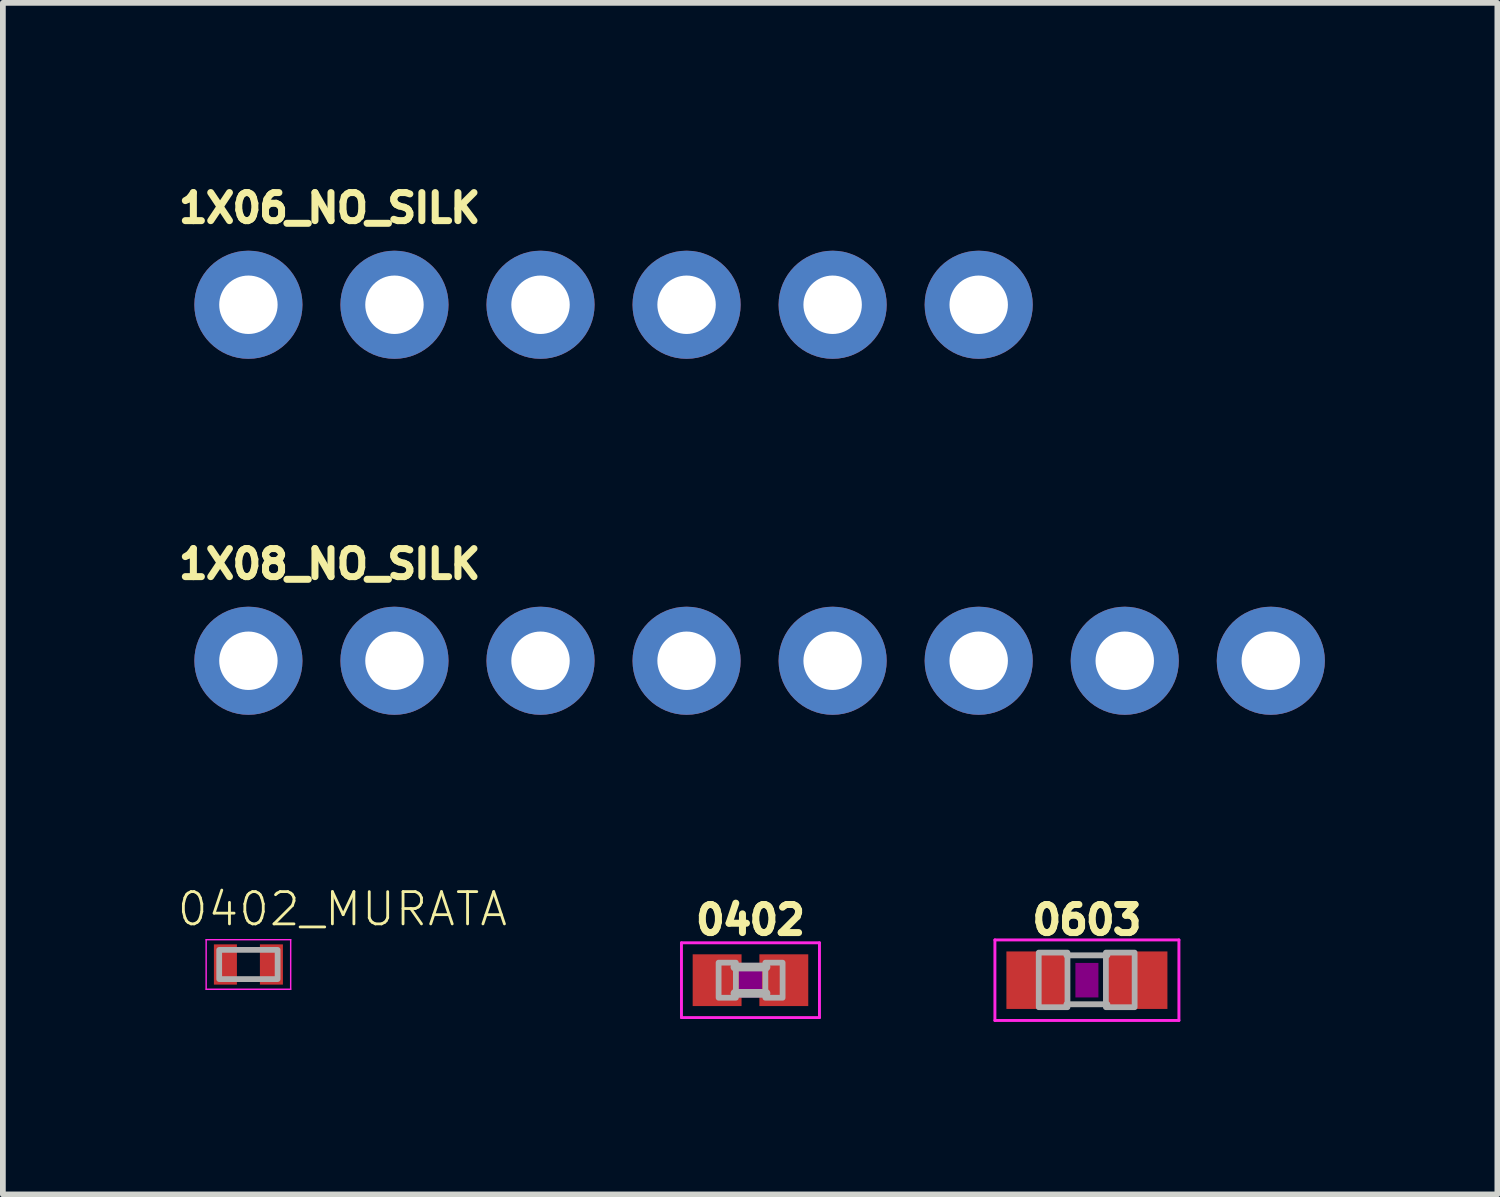
<source format=kicad_pcb>
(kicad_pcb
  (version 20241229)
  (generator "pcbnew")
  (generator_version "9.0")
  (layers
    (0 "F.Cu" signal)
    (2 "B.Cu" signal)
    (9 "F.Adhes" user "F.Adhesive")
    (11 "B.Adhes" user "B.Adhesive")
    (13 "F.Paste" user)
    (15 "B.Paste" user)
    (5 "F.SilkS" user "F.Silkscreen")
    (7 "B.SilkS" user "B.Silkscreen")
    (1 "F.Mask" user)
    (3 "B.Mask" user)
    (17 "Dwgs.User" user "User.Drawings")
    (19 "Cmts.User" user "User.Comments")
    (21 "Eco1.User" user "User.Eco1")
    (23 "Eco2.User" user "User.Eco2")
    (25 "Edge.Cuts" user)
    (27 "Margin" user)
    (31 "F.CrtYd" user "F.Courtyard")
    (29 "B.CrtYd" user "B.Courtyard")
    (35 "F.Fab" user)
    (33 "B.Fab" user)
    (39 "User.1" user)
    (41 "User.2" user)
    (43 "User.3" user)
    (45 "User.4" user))
  (footprint "0402"
    (layer "F.Cu")
    (at 10.001 13.996)
    (property "Reference" "0402" (at 0 -0.762 0) (layer "F.SilkS") (effects (font (size 0.488 0.488) (thickness 0.122)) (justify bottom)))
    (fp_poly (pts (xy -0.2 0.3) (xy 0.2 0.3) (xy 0.2 -0.3) (xy -0.2 -0.3)) (stroke (width 0) (type solid)) (fill yes) (layer "F.Adhes"))
    (fp_line (start -1.2 -0.65) (end 1.2 -0.65) (stroke (width 0.051) (type solid)) (layer "F.CrtYd"))
    (fp_line (start -1.2 0.65) (end -1.2 -0.65) (stroke (width 0.051) (type solid)) (layer "F.CrtYd"))
    (fp_line (start 1.2 -0.65) (end 1.2 0.65) (stroke (width 0.051) (type solid)) (layer "F.CrtYd"))
    (fp_line (start 1.2 0.65) (end -1.2 0.65) (stroke (width 0.051) (type solid)) (layer "F.CrtYd"))
    (fp_line (start -0.27 -0.229) (end 0.27 -0.229) (stroke (width 0.152) (type solid)) (layer "F.Fab"))
    (fp_line (start 0.27 0.229) (end -0.27 0.229) (stroke (width 0.152) (type solid)) (layer "F.Fab"))
    (fp_poly (pts (xy -0.554 0.305) (xy -0.254 0.305) (xy -0.254 -0.305) (xy -0.554 -0.305)) (stroke (width 0.1) (type solid)) (fill no) (layer "F.Fab"))
    (fp_poly (pts (xy 0.259 0.305) (xy 0.559 0.305) (xy 0.559 -0.305) (xy 0.259 -0.305)) (stroke (width 0.1) (type solid)) (fill no) (layer "F.Fab"))
    (pad "1" smd rect (at -0.58 0) (size 0.85 0.9) (layers "F.Cu" "F.Mask" "F.Paste"))
    (pad "2" smd rect (at 0.58 0) (size 0.85 0.9) (layers "F.Cu" "F.Mask" "F.Paste")))
  (footprint "1X06_NO_SILK"
    (layer "F.Cu")
    (at 1.27 2.25)
    (property "Reference" "1X06_NO_SILK" (at -1.27 -1.397 0) (layer "F.SilkS") (effects (font (size 0.488 0.488) (thickness 0.122)) (justify left bottom)))
    (fp_poly (pts (xy -0.254 0.254) (xy 0.254 0.254) (xy 0.254 -0.254) (xy -0.254 -0.254)) (stroke (width 0.1) (type solid)) (fill no) (layer "F.Fab"))
    (fp_poly (pts (xy 2.286 0.254) (xy 2.794 0.254) (xy 2.794 -0.254) (xy 2.286 -0.254)) (stroke (width 0.1) (type solid)) (fill no) (layer "F.Fab"))
    (fp_poly (pts (xy 4.826 0.254) (xy 5.334 0.254) (xy 5.334 -0.254) (xy 4.826 -0.254)) (stroke (width 0.1) (type solid)) (fill no) (layer "F.Fab"))
    (fp_poly (pts (xy 7.366 0.254) (xy 7.874 0.254) (xy 7.874 -0.254) (xy 7.366 -0.254)) (stroke (width 0.1) (type solid)) (fill no) (layer "F.Fab"))
    (fp_poly (pts (xy 9.906 0.254) (xy 10.414 0.254) (xy 10.414 -0.254) (xy 9.906 -0.254)) (stroke (width 0.1) (type solid)) (fill no) (layer "F.Fab"))
    (fp_poly (pts (xy 12.446 0.254) (xy 12.954 0.254) (xy 12.954 -0.254) (xy 12.446 -0.254)) (stroke (width 0.1) (type solid)) (fill no) (layer "F.Fab"))
    (pad "1" thru_hole circle (at 0 0 90) (size 1.88 1.88) (drill 1.016) (layers "*.Cu" "*.Mask"))
    (pad "2" thru_hole circle (at 2.54 0 90) (size 1.88 1.88) (drill 1.016) (layers "*.Cu" "*.Mask"))
    (pad "3" thru_hole circle (at 5.08 0 90) (size 1.88 1.88) (drill 1.016) (layers "*.Cu" "*.Mask"))
    (pad "4" thru_hole circle (at 7.62 0 90) (size 1.88 1.88) (drill 1.016) (layers "*.Cu" "*.Mask"))
    (pad "5" thru_hole circle (at 10.16 0 90) (size 1.88 1.88) (drill 1.016) (layers "*.Cu" "*.Mask"))
    (pad "6" thru_hole circle (at 12.7 0 90) (size 1.88 1.88) (drill 1.016) (layers "*.Cu" "*.Mask")))
  (footprint "1X08_NO_SILK"
    (layer "F.Cu")
    (at 1.27 8.441)
    (property "Reference" "1X08_NO_SILK" (at -1.27 -1.397 0) (layer "F.SilkS") (effects (font (size 0.488 0.488) (thickness 0.122)) (justify left bottom)))
    (fp_poly (pts (xy -0.254 0.254) (xy 0.254 0.254) (xy 0.254 -0.254) (xy -0.254 -0.254)) (stroke (width 0.1) (type solid)) (fill no) (layer "F.Fab"))
    (fp_poly (pts (xy 2.286 0.254) (xy 2.794 0.254) (xy 2.794 -0.254) (xy 2.286 -0.254)) (stroke (width 0.1) (type solid)) (fill no) (layer "F.Fab"))
    (fp_poly (pts (xy 4.826 0.254) (xy 5.334 0.254) (xy 5.334 -0.254) (xy 4.826 -0.254)) (stroke (width 0.1) (type solid)) (fill no) (layer "F.Fab"))
    (fp_poly (pts (xy 7.366 0.254) (xy 7.874 0.254) (xy 7.874 -0.254) (xy 7.366 -0.254)) (stroke (width 0.1) (type solid)) (fill no) (layer "F.Fab"))
    (fp_poly (pts (xy 9.906 0.254) (xy 10.414 0.254) (xy 10.414 -0.254) (xy 9.906 -0.254)) (stroke (width 0.1) (type solid)) (fill no) (layer "F.Fab"))
    (fp_poly (pts (xy 12.446 0.254) (xy 12.954 0.254) (xy 12.954 -0.254) (xy 12.446 -0.254)) (stroke (width 0.1) (type solid)) (fill no) (layer "F.Fab"))
    (fp_poly (pts (xy 14.986 0.254) (xy 15.494 0.254) (xy 15.494 -0.254) (xy 14.986 -0.254)) (stroke (width 0.1) (type solid)) (fill no) (layer "F.Fab"))
    (fp_poly (pts (xy 17.526 0.254) (xy 18.034 0.254) (xy 18.034 -0.254) (xy 17.526 -0.254)) (stroke (width 0.1) (type solid)) (fill no) (layer "F.Fab"))
    (pad "1" thru_hole circle (at 0 0 90) (size 1.88 1.88) (drill 1.016) (layers "*.Cu" "*.Mask"))
    (pad "2" thru_hole circle (at 2.54 0 90) (size 1.88 1.88) (drill 1.016) (layers "*.Cu" "*.Mask"))
    (pad "3" thru_hole circle (at 5.08 0 90) (size 1.88 1.88) (drill 1.016) (layers "*.Cu" "*.Mask"))
    (pad "4" thru_hole circle (at 7.62 0 90) (size 1.88 1.88) (drill 1.016) (layers "*.Cu" "*.Mask"))
    (pad "5" thru_hole circle (at 10.16 0 90) (size 1.88 1.88) (drill 1.016) (layers "*.Cu" "*.Mask"))
    (pad "6" thru_hole circle (at 12.7 0 90) (size 1.88 1.88) (drill 1.016) (layers "*.Cu" "*.Mask"))
    (pad "7" thru_hole circle (at 15.24 0 90) (size 1.88 1.88) (drill 1.016) (layers "*.Cu" "*.Mask"))
    (pad "8" thru_hole circle (at 17.78 0 90) (size 1.88 1.88) (drill 1.016) (layers "*.Cu" "*.Mask")))
  (footprint "0603"
    (layer "F.Cu")
    (at 15.852 13.996)
    (property "Reference" "0603" (at 0 -0.762 0) (layer "F.SilkS") (effects (font (size 0.488 0.488) (thickness 0.122)) (justify bottom)))
    (fp_poly (pts (xy -0.2 0.3) (xy 0.2 0.3) (xy 0.2 -0.3) (xy -0.2 -0.3)) (stroke (width 0) (type solid)) (fill yes) (layer "F.Adhes"))
    (fp_line (start -1.6 -0.7) (end 1.6 -0.7) (stroke (width 0.051) (type solid)) (layer "F.CrtYd"))
    (fp_line (start -1.6 0.7) (end -1.6 -0.7) (stroke (width 0.051) (type solid)) (layer "F.CrtYd"))
    (fp_line (start 1.6 -0.7) (end 1.6 0.7) (stroke (width 0.051) (type solid)) (layer "F.CrtYd"))
    (fp_line (start 1.6 0.7) (end -1.6 0.7) (stroke (width 0.051) (type solid)) (layer "F.CrtYd"))
    (fp_line (start -0.356 -0.432) (end 0.356 -0.432) (stroke (width 0.102) (type solid)) (layer "F.Fab"))
    (fp_line (start -0.356 0.419) (end 0.356 0.419) (stroke (width 0.102) (type solid)) (layer "F.Fab"))
    (fp_poly (pts (xy -0.838 0.47) (xy -0.338 0.47) (xy -0.338 -0.48) (xy -0.838 -0.48)) (stroke (width 0.1) (type solid)) (fill no) (layer "F.Fab"))
    (fp_poly (pts (xy 0.33 0.47) (xy 0.83 0.47) (xy 0.83 -0.48) (xy 0.33 -0.48)) (stroke (width 0.1) (type solid)) (fill no) (layer "F.Fab"))
    (pad "1" smd rect (at -0.85 0) (size 1.1 1) (layers "F.Cu" "F.Mask" "F.Paste"))
    (pad "2" smd rect (at 0.85 0) (size 1.1 1) (layers "F.Cu" "F.Mask" "F.Paste")))
  (footprint "0402_MURATA"
    (layer "F.Cu")
    (at 1.27 13.723)
    (property "Reference" "0402_MURATA" (at -1.27 -0.635 0) (layer "F.SilkS") (effects (font (size 0.561 0.561) (thickness 0.049)) (justify left bottom)))
    (fp_poly (pts (xy -0.61 0.356) (xy -0.191 0.356) (xy -0.191 -0.356) (xy -0.61 -0.356)) (stroke (width 0) (type solid)) (fill yes) (layer "F.Mask"))
    (fp_poly (pts (xy 0.191 0.356) (xy 0.61 0.356) (xy 0.61 -0.356) (xy 0.191 -0.356)) (stroke (width 0) (type solid)) (fill yes) (layer "F.Mask"))
    (fp_line (start -0.735 -0.431) (end 0.735 -0.431) (stroke (width 0.025) (type solid)) (layer "F.CrtYd"))
    (fp_line (start -0.735 0.431) (end -0.735 -0.431) (stroke (width 0.025) (type solid)) (layer "F.CrtYd"))
    (fp_line (start 0.735 -0.431) (end 0.735 0.431) (stroke (width 0.025) (type solid)) (layer "F.CrtYd"))
    (fp_line (start 0.735 0.431) (end -0.735 0.431) (stroke (width 0.025) (type solid)) (layer "F.CrtYd"))
    (fp_poly (pts (xy -0.508 0.254) (xy 0.508 0.254) (xy 0.508 -0.254) (xy -0.508 -0.254)) (stroke (width 0.1) (type solid)) (fill no) (layer "F.Fab"))
    (pad "P1" smd rect (at -0.4 0) (size 0.4 0.7) (layers "F.Cu" "F.Paste"))
    (pad "P2" smd rect (at 0.4 0) (size 0.4 0.7) (layers "F.Cu" "F.Paste")))
  (gr_rect
    (start -3 -3)
    (end 22.99 17.721)
    (stroke (width 0.1) (type default))
    (fill no)
    (layer "Edge.Cuts")))
</source>
